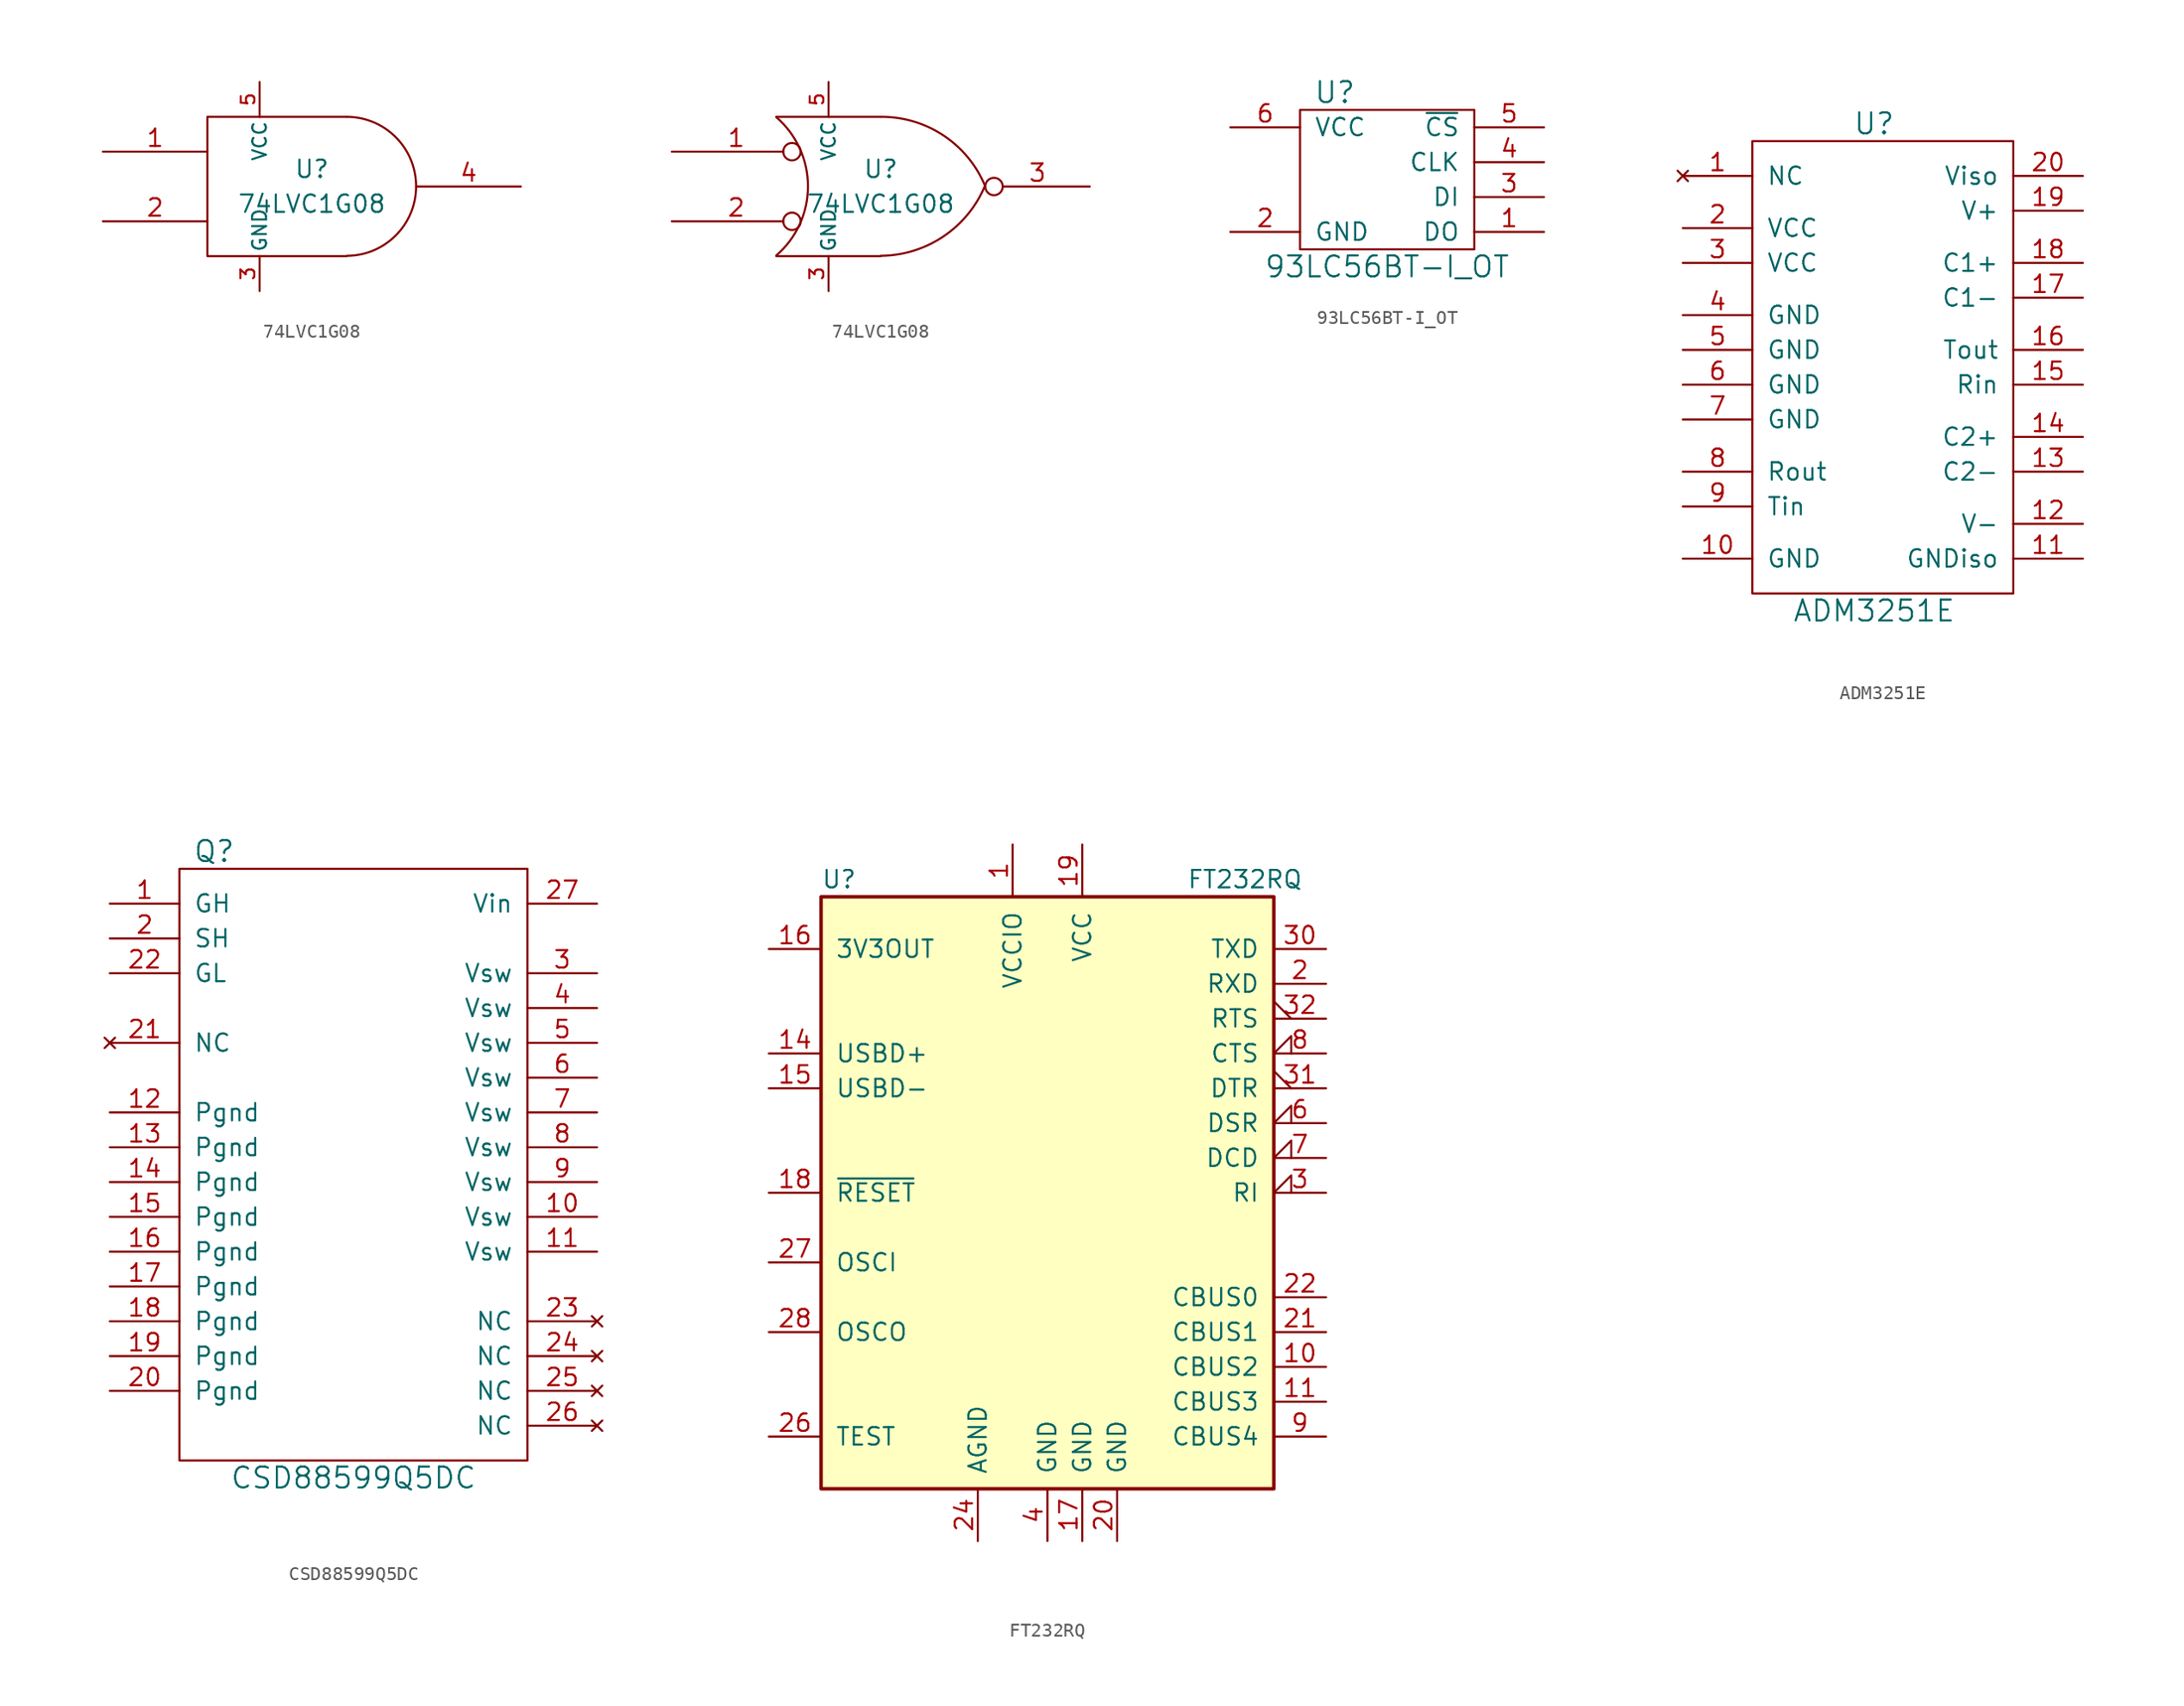
<source format=kicad_sym>
(kicad_symbol_lib
  (version 20211014)
  (generator kicad_symbol_editor)
  (symbol "74LVC1G08"
    (pin_names
      (offset 0.254))
    (property "Reference" "U"
      (at 0 1.27 0)
      (effects (font (size 1.27 1.27))))
    (property "Value" "74LVC1G08"
      (at 0 -1.27 0)
      (effects (font (size 1.27 1.27))))
    (symbol "74LVC1G08_0_0"
      (pin power_in line (at -3.81 -7.62 90) (length 2.54) (name "GND" (effects (font (size 1.016 1.016)))) (number "3" (effects (font (size 1.016 1.016)))))
      (pin power_in line (at -3.81 7.62 270) (length 2.54) (name "VCC" (effects (font (size 0.991 0.991)))) (number "5" (effects (font (size 0.991 0.991))))))
    (symbol "74LVC1G08_0_1"
      (polyline (pts (xy 2.54 5.08) (xy -7.62 5.08) (xy -7.62 -5.08) (xy 2.54 -5.08)) (stroke (width 0) (type default) (color 0 0 0 0)) (fill (type none)))
      (arc (start 2.5654 -5.0546) (mid 7.5947 0.0001) (end 2.5654 5.08) (stroke (width 0) (type default) (color 0 0 0 0)) (fill (type none))))
    (symbol "74LVC1G08_0_2"
      (arc (start -7.62 -5.0292) (mid -5.3094 0.0082) (end -7.62 5.0546) (stroke (width 0) (type default) (color 0 0 0 0)) (fill (type none)))
      (arc (start 0 -5.0546) (mid 4.5632 -3.6449) (end 7.5946 0.0508) (stroke (width 0) (type default) (color 0 0 0 0)) (fill (type none)))
      (polyline (pts (xy -7.62 -5.08) (xy 0 -5.08)) (stroke (width 0) (type default) (color 0 0 0 0)) (fill (type none)))
      (polyline (pts (xy -7.62 5.08) (xy 0 5.08)) (stroke (width 0) (type default) (color 0 0 0 0)) (fill (type none)))
      (arc (start 7.62 0) (mid 4.6132 3.6946) (end 0.0508 5.08) (stroke (width 0) (type default) (color 0 0 0 0)) (fill (type none))))
    (symbol "74LVC1G08_1_1"
      (pin input line (at -15.24 2.54 0) (length 7.62) (name "~" (effects (font (size 1.27 1.27)))) (number "1" (effects (font (size 1.27 1.27)))))
      (pin input line (at -15.24 -2.54 0) (length 7.62) (name "~" (effects (font (size 1.27 1.27)))) (number "2" (effects (font (size 1.27 1.27)))))
      (pin output line (at 15.24 0 180) (length 7.62) (name "~" (effects (font (size 1.27 1.27)))) (number "4" (effects (font (size 1.27 1.27))))))
    (symbol "74LVC1G08_1_2"
      (pin input inverted (at -15.24 2.54 0) (length 9.398) (name "~" (effects (font (size 1.27 1.27)))) (number "1" (effects (font (size 1.27 1.27)))))
      (pin input inverted (at -15.24 -2.54 0) (length 9.398) (name "~" (effects (font (size 1.27 1.27)))) (number "2" (effects (font (size 1.27 1.27)))))
      (pin output inverted (at 15.24 0 180) (length 7.62) (name "~" (effects (font (size 1.27 1.27)))) (number "3" (effects (font (size 1.27 1.27)))))))
  (symbol "93LC56BT-I_OT"
    (pin_names
      (offset 1.016))
    (property "Reference" "U"
      (at 7.62 2.54 0)
      (effects (font (size 1.524 1.524))))
    (property "Value" "93LC56BT-I_OT"
      (at 11.43 -10.16 0)
      (effects (font (size 1.524 1.524))))
    (symbol "93LC56BT-I_OT_0_1"
      (rectangle (start 5.08 -8.89) (end 17.78 1.27) (stroke (width 0) (type default) (color 0 0 0 0)) (fill (type none))))
    (symbol "93LC56BT-I_OT_1_1"
      (pin output line (at 22.86 -7.62 180) (length 5.08) (name "DO" (effects (font (size 1.27 1.27)))) (number "1" (effects (font (size 1.27 1.27)))))
      (pin power_out line (at 0 -7.62 0) (length 5.08) (name "GND" (effects (font (size 1.27 1.27)))) (number "2" (effects (font (size 1.27 1.27)))))
      (pin input line (at 22.86 -5.08 180) (length 5.08) (name "DI" (effects (font (size 1.27 1.27)))) (number "3" (effects (font (size 1.27 1.27)))))
      (pin input line (at 22.86 -2.54 180) (length 5.08) (name "CLK" (effects (font (size 1.27 1.27)))) (number "4" (effects (font (size 1.27 1.27)))))
      (pin input line (at 22.86 0 180) (length 5.08) (name "~{CS}" (effects (font (size 1.27 1.27)))) (number "5" (effects (font (size 1.27 1.27)))))
      (pin power_in line (at 0 0 0) (length 5.08) (name "VCC" (effects (font (size 1.27 1.27)))) (number "6" (effects (font (size 1.27 1.27)))))))
  (symbol "ADM3251E"
    (pin_names
      (offset 1.016))
    (property "Reference" "U"
      (at -3.81 27.94 0)
      (effects (font (size 1.524 1.524))))
    (property "Value" "ADM3251E"
      (at -3.81 -7.62 0)
      (effects (font (size 1.524 1.524))))
    (property "Footprint" ""
      (at 0 0 0)
      (effects (font (size 1.524 1.524))))
    (property "Datasheet" ""
      (at 0 0 0)
      (effects (font (size 1.524 1.524))))
    (symbol "ADM3251E_0_1"
      (rectangle (start -12.7 26.67) (end 6.35 -6.35) (stroke (width 0) (type default) (color 0 0 0 0)) (fill (type none))))
    (symbol "ADM3251E_1_1"
      (pin no_connect line (at -17.78 24.13 0) (length 5.08) (name "NC" (effects (font (size 1.27 1.27)))) (number "1" (effects (font (size 1.27 1.27)))))
      (pin power_in line (at -17.78 -3.81 0) (length 5.08) (name "GND" (effects (font (size 1.27 1.27)))) (number "10" (effects (font (size 1.27 1.27)))))
      (pin power_out line (at 11.43 -3.81 180) (length 5.08) (name "GNDiso" (effects (font (size 1.27 1.27)))) (number "11" (effects (font (size 1.27 1.27)))))
      (pin passive line (at 11.43 -1.27 180) (length 5.08) (name "V-" (effects (font (size 1.27 1.27)))) (number "12" (effects (font (size 1.27 1.27)))))
      (pin passive line (at 11.43 2.54 180) (length 5.08) (name "C2-" (effects (font (size 1.27 1.27)))) (number "13" (effects (font (size 1.27 1.27)))))
      (pin passive line (at 11.43 5.08 180) (length 5.08) (name "C2+" (effects (font (size 1.27 1.27)))) (number "14" (effects (font (size 1.27 1.27)))))
      (pin input line (at 11.43 8.89 180) (length 5.08) (name "Rin" (effects (font (size 1.27 1.27)))) (number "15" (effects (font (size 1.27 1.27)))))
      (pin output line (at 11.43 11.43 180) (length 5.08) (name "Tout" (effects (font (size 1.27 1.27)))) (number "16" (effects (font (size 1.27 1.27)))))
      (pin passive line (at 11.43 15.24 180) (length 5.08) (name "C1-" (effects (font (size 1.27 1.27)))) (number "17" (effects (font (size 1.27 1.27)))))
      (pin passive line (at 11.43 17.78 180) (length 5.08) (name "C1+" (effects (font (size 1.27 1.27)))) (number "18" (effects (font (size 1.27 1.27)))))
      (pin passive line (at 11.43 21.59 180) (length 5.08) (name "V+" (effects (font (size 1.27 1.27)))) (number "19" (effects (font (size 1.27 1.27)))))
      (pin power_in line (at -17.78 20.32 0) (length 5.08) (name "VCC" (effects (font (size 1.27 1.27)))) (number "2" (effects (font (size 1.27 1.27)))))
      (pin power_out line (at 11.43 24.13 180) (length 5.08) (name "Viso" (effects (font (size 1.27 1.27)))) (number "20" (effects (font (size 1.27 1.27)))))
      (pin power_in line (at -17.78 17.78 0) (length 5.08) (name "VCC" (effects (font (size 1.27 1.27)))) (number "3" (effects (font (size 1.27 1.27)))))
      (pin power_in line (at -17.78 13.97 0) (length 5.08) (name "GND" (effects (font (size 1.27 1.27)))) (number "4" (effects (font (size 1.27 1.27)))))
      (pin power_in line (at -17.78 11.43 0) (length 5.08) (name "GND" (effects (font (size 1.27 1.27)))) (number "5" (effects (font (size 1.27 1.27)))))
      (pin power_in line (at -17.78 8.89 0) (length 5.08) (name "GND" (effects (font (size 1.27 1.27)))) (number "6" (effects (font (size 1.27 1.27)))))
      (pin power_in line (at -17.78 6.35 0) (length 5.08) (name "GND" (effects (font (size 1.27 1.27)))) (number "7" (effects (font (size 1.27 1.27)))))
      (pin output line (at -17.78 2.54 0) (length 5.08) (name "Rout" (effects (font (size 1.27 1.27)))) (number "8" (effects (font (size 1.27 1.27)))))
      (pin input line (at -17.78 0 0) (length 5.08) (name "Tin" (effects (font (size 1.27 1.27)))) (number "9" (effects (font (size 1.27 1.27)))))))
  (symbol "CSD88599Q5DC"
    (pin_names
      (offset 1.016))
    (property "Reference" "Q"
      (at 7.62 1.27 0)
      (effects (font (size 1.524 1.524))))
    (property "Value" "CSD88599Q5DC"
      (at 17.78 -44.45 0)
      (effects (font (size 1.524 1.524))))
    (symbol "CSD88599Q5DC_0_1"
      (rectangle (start 30.48 -43.18) (end 5.08 0) (stroke (width 0) (type default) (color 0 0 0 0)) (fill (type none))))
    (symbol "CSD88599Q5DC_1_1"
      (pin input line (at 0 -2.54 0) (length 5.08) (name "GH" (effects (font (size 1.27 1.27)))) (number "1" (effects (font (size 1.27 1.27)))))
      (pin power_out line (at 35.56 -25.4 180) (length 5.08) (name "Vsw" (effects (font (size 1.27 1.27)))) (number "10" (effects (font (size 1.27 1.27)))))
      (pin power_out line (at 35.56 -27.94 180) (length 5.08) (name "Vsw" (effects (font (size 1.27 1.27)))) (number "11" (effects (font (size 1.27 1.27)))))
      (pin power_out line (at 0 -17.78 0) (length 5.08) (name "Pgnd" (effects (font (size 1.27 1.27)))) (number "12" (effects (font (size 1.27 1.27)))))
      (pin power_out line (at 0 -20.32 0) (length 5.08) (name "Pgnd" (effects (font (size 1.27 1.27)))) (number "13" (effects (font (size 1.27 1.27)))))
      (pin power_out line (at 0 -22.86 0) (length 5.08) (name "Pgnd" (effects (font (size 1.27 1.27)))) (number "14" (effects (font (size 1.27 1.27)))))
      (pin power_out line (at 0 -25.4 0) (length 5.08) (name "Pgnd" (effects (font (size 1.27 1.27)))) (number "15" (effects (font (size 1.27 1.27)))))
      (pin power_out line (at 0 -27.94 0) (length 5.08) (name "Pgnd" (effects (font (size 1.27 1.27)))) (number "16" (effects (font (size 1.27 1.27)))))
      (pin power_out line (at 0 -30.48 0) (length 5.08) (name "Pgnd" (effects (font (size 1.27 1.27)))) (number "17" (effects (font (size 1.27 1.27)))))
      (pin power_out line (at 0 -33.02 0) (length 5.08) (name "Pgnd" (effects (font (size 1.27 1.27)))) (number "18" (effects (font (size 1.27 1.27)))))
      (pin power_out line (at 0 -35.56 0) (length 5.08) (name "Pgnd" (effects (font (size 1.27 1.27)))) (number "19" (effects (font (size 1.27 1.27)))))
      (pin power_out line (at 0 -5.08 0) (length 5.08) (name "SH" (effects (font (size 1.27 1.27)))) (number "2" (effects (font (size 1.27 1.27)))))
      (pin power_out line (at 0 -38.1 0) (length 5.08) (name "Pgnd" (effects (font (size 1.27 1.27)))) (number "20" (effects (font (size 1.27 1.27)))))
      (pin no_connect line (at 0 -12.7 0) (length 5.08) (name "NC" (effects (font (size 1.27 1.27)))) (number "21" (effects (font (size 1.27 1.27)))))
      (pin input line (at 0 -7.62 0) (length 5.08) (name "GL" (effects (font (size 1.27 1.27)))) (number "22" (effects (font (size 1.27 1.27)))))
      (pin no_connect line (at 35.56 -33.02 180) (length 5.08) (name "NC" (effects (font (size 1.27 1.27)))) (number "23" (effects (font (size 1.27 1.27)))))
      (pin no_connect line (at 35.56 -35.56 180) (length 5.08) (name "NC" (effects (font (size 1.27 1.27)))) (number "24" (effects (font (size 1.27 1.27)))))
      (pin no_connect line (at 35.56 -38.1 180) (length 5.08) (name "NC" (effects (font (size 1.27 1.27)))) (number "25" (effects (font (size 1.27 1.27)))))
      (pin no_connect line (at 35.56 -40.64 180) (length 5.08) (name "NC" (effects (font (size 1.27 1.27)))) (number "26" (effects (font (size 1.27 1.27)))))
      (pin power_in line (at 35.56 -2.54 180) (length 5.08) (name "Vin" (effects (font (size 1.27 1.27)))) (number "27" (effects (font (size 1.27 1.27)))))
      (pin power_out line (at 35.56 -7.62 180) (length 5.08) (name "Vsw" (effects (font (size 1.27 1.27)))) (number "3" (effects (font (size 1.27 1.27)))))
      (pin power_out line (at 35.56 -10.16 180) (length 5.08) (name "Vsw" (effects (font (size 1.27 1.27)))) (number "4" (effects (font (size 1.27 1.27)))))
      (pin power_out line (at 35.56 -12.7 180) (length 5.08) (name "Vsw" (effects (font (size 1.27 1.27)))) (number "5" (effects (font (size 1.27 1.27)))))
      (pin power_out line (at 35.56 -15.24 180) (length 5.08) (name "Vsw" (effects (font (size 1.27 1.27)))) (number "6" (effects (font (size 1.27 1.27)))))
      (pin power_out line (at 35.56 -17.78 180) (length 5.08) (name "Vsw" (effects (font (size 1.27 1.27)))) (number "7" (effects (font (size 1.27 1.27)))))
      (pin power_out line (at 35.56 -20.32 180) (length 5.08) (name "Vsw" (effects (font (size 1.27 1.27)))) (number "8" (effects (font (size 1.27 1.27)))))
      (pin power_out line (at 35.56 -22.86 180) (length 5.08) (name "Vsw" (effects (font (size 1.27 1.27)))) (number "9" (effects (font (size 1.27 1.27)))))))
  (symbol "FT232RQ"
    (pin_names
      (offset 1.016))
    (property "Reference" "U"
      (at -16.51 22.86 0)
      (effects (font (size 1.27 1.27)) (justify left)))
    (property "Value" "FT232RQ"
      (at 10.16 22.86 0)
      (effects (font (size 1.27 1.27)) (justify left)))
    (symbol "FT232RQ_0_1"
      (rectangle (start -16.51 21.59) (end 16.51 -21.59) (stroke (width 0.254) (type default) (color 0 0 0 0)) (fill (type background))))
    (symbol "FT232RQ_1_1"
      (pin input line (at -2.54 25.4 270) (length 3.81) (name "VCCIO" (effects (font (size 1.27 1.27)))) (number "1" (effects (font (size 1.27 1.27)))))
      (pin bidirectional line (at 20.32 -12.7 180) (length 3.81) (name "CBUS2" (effects (font (size 1.27 1.27)))) (number "10" (effects (font (size 1.27 1.27)))))
      (pin bidirectional line (at 20.32 -15.24 180) (length 3.81) (name "CBUS3" (effects (font (size 1.27 1.27)))) (number "11" (effects (font (size 1.27 1.27)))))
      (pin bidirectional line (at -20.32 10.16 0) (length 3.81) (name "USBD+" (effects (font (size 1.27 1.27)))) (number "14" (effects (font (size 1.27 1.27)))))
      (pin bidirectional line (at -20.32 7.62 0) (length 3.81) (name "USBD-" (effects (font (size 1.27 1.27)))) (number "15" (effects (font (size 1.27 1.27)))))
      (pin input line (at -20.32 17.78 0) (length 3.81) (name "3V3OUT" (effects (font (size 1.27 1.27)))) (number "16" (effects (font (size 1.27 1.27)))))
      (pin power_in line (at 2.54 -25.4 90) (length 3.81) (name "GND" (effects (font (size 1.27 1.27)))) (number "17" (effects (font (size 1.27 1.27)))))
      (pin input line (at -20.32 0 0) (length 3.81) (name "~{RESET}" (effects (font (size 1.27 1.27)))) (number "18" (effects (font (size 1.27 1.27)))))
      (pin power_in line (at 2.54 25.4 270) (length 3.81) (name "VCC" (effects (font (size 1.27 1.27)))) (number "19" (effects (font (size 1.27 1.27)))))
      (pin input line (at 20.32 15.24 180) (length 3.81) (name "RXD" (effects (font (size 1.27 1.27)))) (number "2" (effects (font (size 1.27 1.27)))))
      (pin power_in line (at 5.08 -25.4 90) (length 3.81) (name "GND" (effects (font (size 1.27 1.27)))) (number "20" (effects (font (size 1.27 1.27)))))
      (pin output line (at 20.32 -10.16 180) (length 3.81) (name "CBUS1" (effects (font (size 1.27 1.27)))) (number "21" (effects (font (size 1.27 1.27)))))
      (pin bidirectional line (at 20.32 -7.62 180) (length 3.81) (name "CBUS0" (effects (font (size 1.27 1.27)))) (number "22" (effects (font (size 1.27 1.27)))))
      (pin power_in line (at -5.08 -25.4 90) (length 3.81) (name "AGND" (effects (font (size 1.27 1.27)))) (number "24" (effects (font (size 1.27 1.27)))))
      (pin power_in line (at -20.32 -17.78 0) (length 3.81) (name "TEST" (effects (font (size 1.27 1.27)))) (number "26" (effects (font (size 1.27 1.27)))))
      (pin input line (at -20.32 -5.08 0) (length 3.81) (name "OSCI" (effects (font (size 1.27 1.27)))) (number "27" (effects (font (size 1.27 1.27)))))
      (pin output line (at -20.32 -10.16 0) (length 3.81) (name "OSCO" (effects (font (size 1.27 1.27)))) (number "28" (effects (font (size 1.27 1.27)))))
      (pin input input_low (at 20.32 0 180) (length 3.81) (name "RI" (effects (font (size 1.27 1.27)))) (number "3" (effects (font (size 1.27 1.27)))))
      (pin output line (at 20.32 17.78 180) (length 3.81) (name "TXD" (effects (font (size 1.27 1.27)))) (number "30" (effects (font (size 1.27 1.27)))))
      (pin output output_low (at 20.32 7.62 180) (length 3.81) (name "DTR" (effects (font (size 1.27 1.27)))) (number "31" (effects (font (size 1.27 1.27)))))
      (pin output output_low (at 20.32 12.7 180) (length 3.81) (name "RTS" (effects (font (size 1.27 1.27)))) (number "32" (effects (font (size 1.27 1.27)))))
      (pin power_in line (at 0 -25.4 90) (length 3.81) (name "GND" (effects (font (size 1.27 1.27)))) (number "4" (effects (font (size 1.27 1.27)))))
      (pin input input_low (at 20.32 5.08 180) (length 3.81) (name "DSR" (effects (font (size 1.27 1.27)))) (number "6" (effects (font (size 1.27 1.27)))))
      (pin input input_low (at 20.32 2.54 180) (length 3.81) (name "DCD" (effects (font (size 1.27 1.27)))) (number "7" (effects (font (size 1.27 1.27)))))
      (pin input input_low (at 20.32 10.16 180) (length 3.81) (name "CTS" (effects (font (size 1.27 1.27)))) (number "8" (effects (font (size 1.27 1.27)))))
      (pin bidirectional line (at 20.32 -17.78 180) (length 3.81) (name "CBUS4" (effects (font (size 1.27 1.27)))) (number "9" (effects (font (size 1.27 1.27))))))))
</source>
